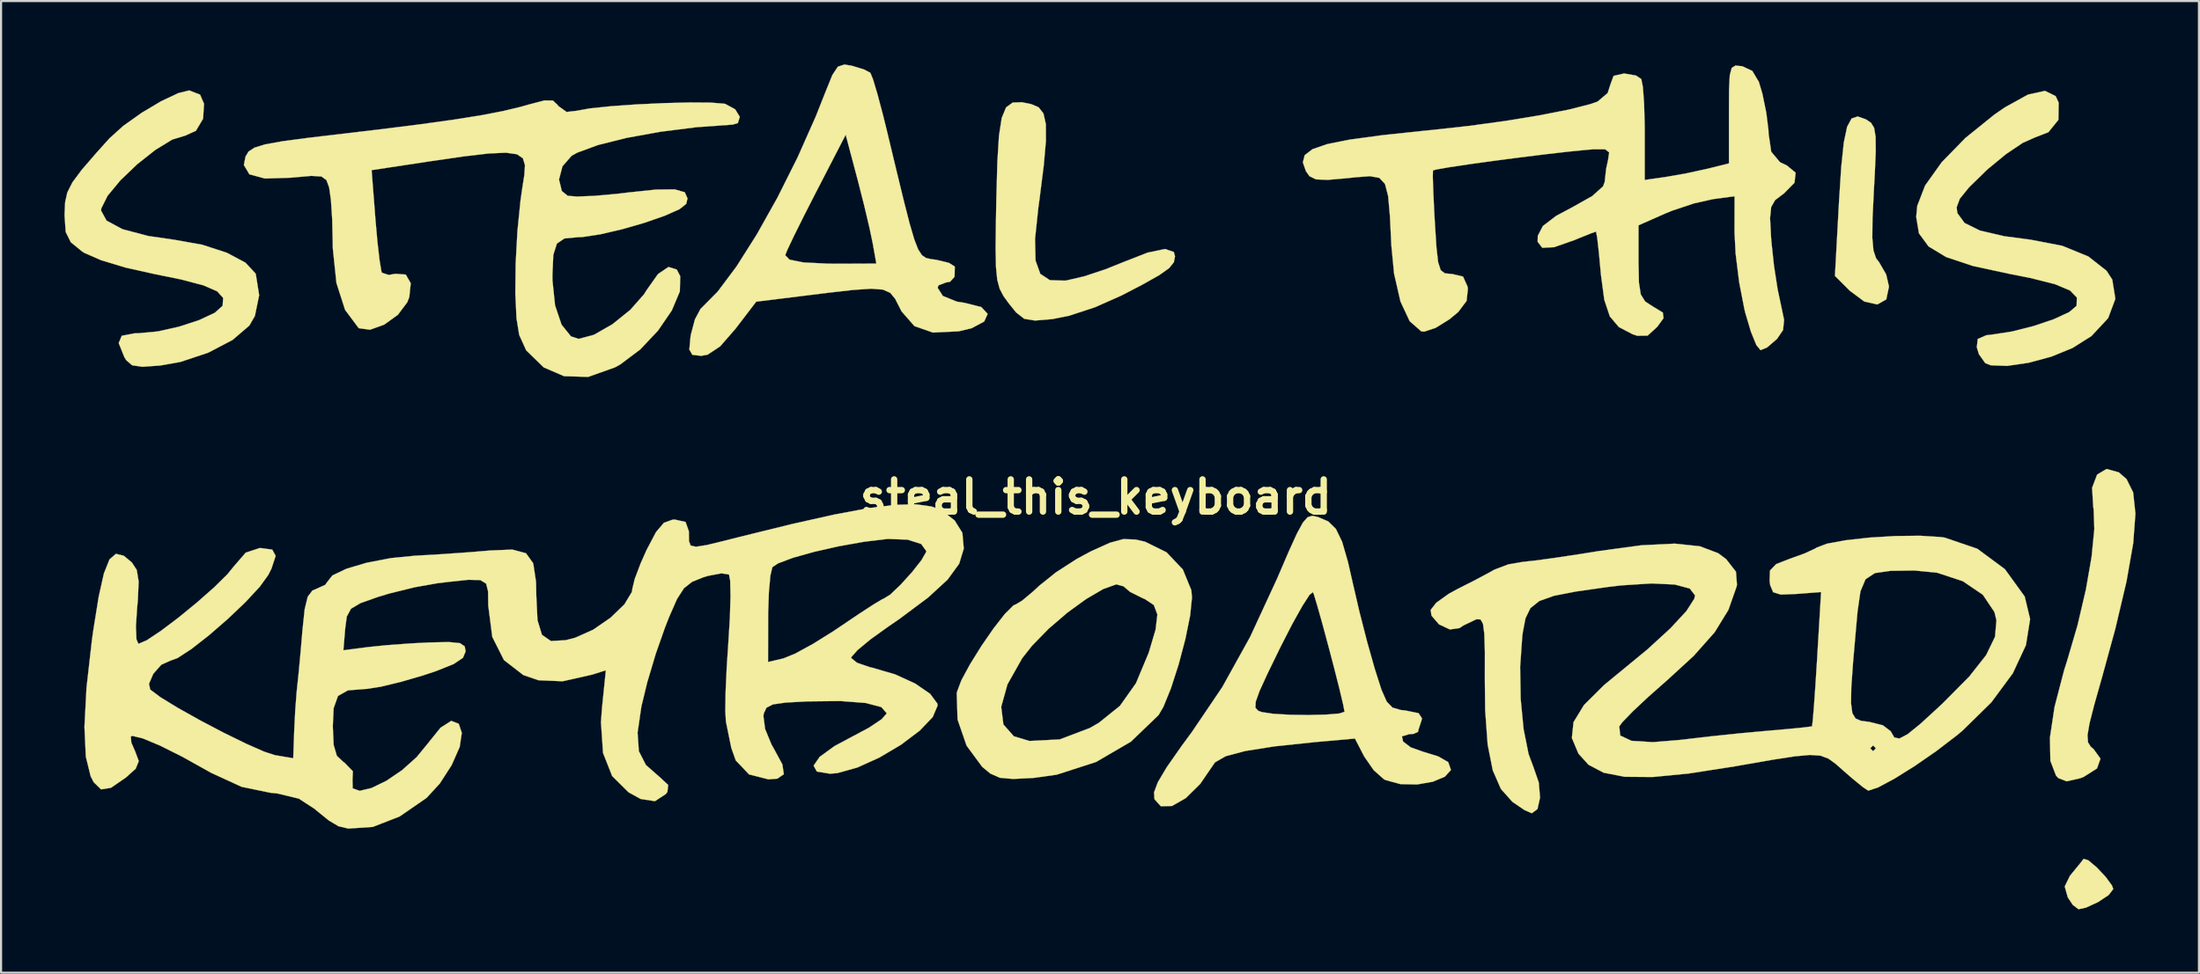
<source format=kicad_pcb>
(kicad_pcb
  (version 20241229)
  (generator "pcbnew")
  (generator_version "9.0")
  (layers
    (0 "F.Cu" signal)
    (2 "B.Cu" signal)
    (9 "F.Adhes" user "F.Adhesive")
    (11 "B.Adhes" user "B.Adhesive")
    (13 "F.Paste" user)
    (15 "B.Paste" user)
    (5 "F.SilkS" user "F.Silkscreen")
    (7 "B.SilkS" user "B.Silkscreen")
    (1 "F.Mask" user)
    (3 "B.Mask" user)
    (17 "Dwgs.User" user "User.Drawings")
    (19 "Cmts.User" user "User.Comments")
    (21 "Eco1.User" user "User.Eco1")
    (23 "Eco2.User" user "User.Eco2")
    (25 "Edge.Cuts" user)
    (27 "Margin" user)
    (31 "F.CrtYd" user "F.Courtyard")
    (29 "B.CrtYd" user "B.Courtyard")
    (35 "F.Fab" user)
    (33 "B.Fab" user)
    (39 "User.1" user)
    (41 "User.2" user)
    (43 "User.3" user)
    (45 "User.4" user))
  (footprint "steal_this_keyboard"
    (layer "F.Cu")
    (at 48.787 20.482)
    (property "Reference" "steal_this_keyboard" (at 0 0 0) (layer "F.SilkS") (effects (font (size 1.524 1.524) (thickness 0.3))))
    (attr through_hole)
    (fp_poly (pts (xy 46.937 17.196) (xy 47.333 17.528) (xy 47.758 17.977) (xy 48.062 18.391) (xy 48.124 18.562) (xy 47.907 18.845) (xy 47.402 19.18) (xy 46.827 19.444) (xy 46.478 19.518) (xy 46.208 19.31) (xy 45.975 18.961) (xy 45.828 18.442) (xy 46.073 17.937) (xy 46.164 17.825) (xy 46.541 17.366) (xy 46.721 17.133) (xy 46.937 17.196)) (stroke (width 0.01) (type solid)) (fill yes) (layer "F.SilkS"))
    (fp_poly (pts (xy 36.419 -17.883) (xy 36.429 -17.878) (xy 36.664 -17.72) (xy 36.811 -17.481) (xy 36.882 -17.061) (xy 36.889 -16.359) (xy 36.842 -15.274) (xy 36.802 -14.56) (xy 36.736 -13.201) (xy 36.726 -12.272) (xy 36.78 -11.674) (xy 36.904 -11.304) (xy 37.047 -11.118) (xy 37.382 -10.539) (xy 37.515 -9.963) (xy 37.387 -9.356) (xy 36.963 -9.117) (xy 36.347 -9.256) (xy 35.666 -9.762) (xy 34.959 -10.469) (xy 35.152 -13.991) (xy 35.257 -15.625) (xy 35.378 -16.784) (xy 35.535 -17.529) (xy 35.747 -17.921) (xy 36.036 -18.018) (xy 36.419 -17.883)) (stroke (width 0.01) (type solid)) (fill yes) (layer "F.SilkS"))
    (fp_poly (pts (xy 48.386 -1.168) (xy 48.753 -0.848) (xy 49.066 -0.214) (xy 49.172 0.788) (xy 49.068 2.183) (xy 48.751 3.994) (xy 48.219 6.247) (xy 47.593 8.533) (xy 47.226 9.832) (xy 47 10.715) (xy 46.905 11.278) (xy 46.929 11.615) (xy 47.06 11.824) (xy 47.188 11.929) (xy 47.52 12.388) (xy 47.354 12.852) (xy 46.718 13.255) (xy 46.56 13.315) (xy 45.922 13.462) (xy 45.528 13.31) (xy 45.418 13.193) (xy 45.15 12.494) (xy 45.129 11.388) (xy 45.347 9.937) (xy 45.799 8.204) (xy 45.942 7.752) (xy 46.436 6.067) (xy 46.829 4.386) (xy 47.1 2.828) (xy 47.229 1.515) (xy 47.195 0.567) (xy 47.178 0.479) (xy 47.123 -0.437) (xy 47.36 -1.062) (xy 47.808 -1.328) (xy 48.386 -1.168)) (stroke (width 0.01) (type solid)) (fill yes) (layer "F.SilkS"))
    (fp_poly (pts (xy -3.055 -18.601) (xy -2.708 -18.452) (xy -2.48 -18.161) (xy -2.367 -17.654) (xy -2.364 -16.858) (xy -2.466 -15.698) (xy -2.667 -14.101) (xy -2.722 -13.703) (xy -2.878 -12.224) (xy -2.855 -11.198) (xy -2.629 -10.566) (xy -2.177 -10.267) (xy -1.476 -10.244) (xy -1.369 -10.258) (xy -0.551 -10.449) (xy 0.479 -10.791) (xy 1.199 -11.083) (xy 2.445 -11.57) (xy 3.27 -11.743) (xy 3.686 -11.602) (xy 3.743 -11.396) (xy 3.688 -11.116) (xy 3.467 -10.839) (xy 2.999 -10.506) (xy 2.199 -10.055) (xy 1.203 -9.538) (xy -0.045 -8.984) (xy -1.274 -8.58) (xy -2.051 -8.425) (xy -2.881 -8.356) (xy -3.386 -8.436) (xy -3.773 -8.738) (xy -4.113 -9.159) (xy -4.371 -9.515) (xy -4.551 -9.86) (xy -4.666 -10.289) (xy -4.726 -10.899) (xy -4.743 -11.786) (xy -4.728 -13.047) (xy -4.707 -14.15) (xy -4.66 -15.863) (xy -4.583 -17.108) (xy -4.454 -17.948) (xy -4.247 -18.448) (xy -3.939 -18.675) (xy -3.505 -18.692) (xy -3.055 -18.601)) (stroke (width 0.01) (type solid)) (fill yes) (layer "F.SilkS"))
    (fp_poly (pts (xy 45.399 -18.981) (xy 45.541 -18.673) (xy 45.529 -17.859) (xy 45.056 -17.273) (xy 44.418 -17.025) (xy 43.843 -16.769) (xy 43.053 -16.238) (xy 42.207 -15.541) (xy 42.1 -15.442) (xy 41.306 -14.667) (xy 40.866 -14.125) (xy 40.715 -13.717) (xy 40.75 -13.442) (xy 41.09 -12.976) (xy 41.812 -12.617) (xy 42.97 -12.347) (xy 44.202 -12.185) (xy 45.714 -11.893) (xy 46.946 -11.388) (xy 47.803 -10.715) (xy 48.077 -10.295) (xy 48.223 -9.383) (xy 47.881 -8.468) (xy 47.092 -7.621) (xy 46.197 -7.056) (xy 45.194 -6.646) (xy 44.11 -6.354) (xy 43.103 -6.208) (xy 42.335 -6.236) (xy 42.07 -6.337) (xy 41.77 -6.761) (xy 41.669 -7.085) (xy 41.713 -7.481) (xy 42.116 -7.658) (xy 42.378 -7.689) (xy 43.336 -7.837) (xy 44.365 -8.097) (xy 45.315 -8.42) (xy 46.038 -8.754) (xy 46.386 -9.048) (xy 46.389 -9.055) (xy 46.403 -9.444) (xy 46.082 -9.776) (xy 45.371 -10.075) (xy 44.214 -10.368) (xy 43.235 -10.561) (xy 41.488 -10.938) (xy 40.224 -11.359) (xy 39.39 -11.861) (xy 38.933 -12.483) (xy 38.803 -13.263) (xy 38.853 -13.786) (xy 39.225 -14.75) (xy 40.008 -15.849) (xy 41.125 -16.996) (xy 42.5 -18.106) (xy 43 -18.451) (xy 44.091 -19.053) (xy 44.895 -19.23) (xy 45.399 -18.981)) (stroke (width 0.01) (type solid)) (fill yes) (layer "F.SilkS"))
    (fp_poly (pts (xy -42.373 -19.051) (xy -42.186 -18.618) (xy -42.232 -17.908) (xy -42.57 -17.34) (xy -43.076 -17.111) (xy -43.692 -16.923) (xy -44.49 -16.434) (xy -45.348 -15.755) (xy -46.141 -14.995) (xy -46.748 -14.263) (xy -47.045 -13.668) (xy -47.057 -13.563) (xy -46.797 -13.086) (xy -46.043 -12.68) (xy -44.833 -12.36) (xy -43.601 -12.181) (xy -42.271 -11.944) (xy -41.106 -11.565) (xy -40.226 -11.095) (xy -39.751 -10.584) (xy -39.737 -10.551) (xy -39.579 -9.555) (xy -39.781 -8.57) (xy -40.044 -8.116) (xy -40.837 -7.437) (xy -41.981 -6.837) (xy -43.294 -6.398) (xy -44.256 -6.226) (xy -45.104 -6.166) (xy -45.588 -6.237) (xy -45.867 -6.478) (xy -45.959 -6.632) (xy -46.222 -7.289) (xy -46.078 -7.634) (xy -45.475 -7.75) (xy -45.276 -7.754) (xy -44.372 -7.84) (xy -43.367 -8.065) (xy -42.417 -8.376) (xy -41.679 -8.722) (xy -41.309 -9.052) (xy -41.305 -9.062) (xy -41.282 -9.427) (xy -41.563 -9.737) (xy -42.207 -10.019) (xy -43.274 -10.301) (xy -44.526 -10.556) (xy -45.898 -10.862) (xy -47.055 -11.212) (xy -47.851 -11.56) (xy -47.943 -11.618) (xy -48.486 -12.06) (xy -48.729 -12.548) (xy -48.782 -13.315) (xy -48.782 -13.394) (xy -48.757 -13.952) (xy -48.654 -14.418) (xy -48.413 -14.896) (xy -47.971 -15.491) (xy -47.267 -16.306) (xy -46.656 -16.985) (xy -46.006 -17.572) (xy -45.141 -18.188) (xy -44.221 -18.737) (xy -43.404 -19.122) (xy -42.891 -19.251) (xy -42.373 -19.051)) (stroke (width 0.01) (type solid)) (fill yes) (layer "F.SilkS"))
    (fp_poly (pts (xy 1.88 2.014) (xy 2.325 2.117) (xy 3.342 2.618) (xy 4.113 3.431) (xy 4.515 4.411) (xy 4.545 4.759) (xy 4.459 5.611) (xy 4.233 6.723) (xy 3.915 7.926) (xy 3.552 9.054) (xy 3.191 9.939) (xy 2.964 10.326) (xy 1.659 11.582) (xy 0.007 12.546) (xy -1.852 13.147) (xy -2.941 13.3) (xy -3.919 13.349) (xy -4.544 13.293) (xy -4.993 13.094) (xy -5.378 12.775) (xy -6.116 11.773) (xy -6.543 10.536) (xy -6.561 9.933) (xy -4.478 9.933) (xy -4.375 10.77) (xy -3.879 11.33) (xy -3.141 11.551) (xy -1.709 11.477) (xy -0.282 10.935) (xy 0.138 10.692) (xy 1.137 9.89) (xy 1.896 8.817) (xy 2.5 7.372) (xy 2.825 6.279) (xy 2.909 5.563) (xy 2.742 5.115) (xy 2.311 4.829) (xy 2.211 4.789) (xy 1.622 4.496) (xy 1.306 4.228) (xy 0.966 4.135) (xy 0.348 4.357) (xy -0.455 4.826) (xy -1.347 5.474) (xy -2.233 6.235) (xy -3.018 7.039) (xy -3.486 7.634) (xy -4.183 8.871) (xy -4.478 9.933) (xy -6.561 9.933) (xy -6.581 9.299) (xy -6.567 9.221) (xy -6.362 8.677) (xy -5.948 7.911) (xy -5.41 7.047) (xy -4.834 6.213) (xy -4.303 5.534) (xy -3.903 5.135) (xy -3.78 5.08) (xy -3.494 4.91) (xy -2.977 4.478) (xy -2.666 4.19) (xy -1.889 3.567) (xy -0.888 2.922) (xy -0.228 2.568) (xy 0.667 2.165) (xy 1.302 1.992) (xy 1.88 2.014)) (stroke (width 0.01) (type solid)) (fill yes) (layer "F.SilkS"))
    (fp_poly (pts (xy -11.544 -20.419) (xy -10.959 -20.239) (xy -10.667 -20.085) (xy -10.539 -19.769) (xy -10.326 -19.053) (xy -10.063 -18.059) (xy -9.895 -17.379) (xy -9.435 -15.462) (xy -9.08 -14.001) (xy -8.806 -12.932) (xy -8.589 -12.193) (xy -8.404 -11.719) (xy -8.227 -11.449) (xy -8.035 -11.318) (xy -7.802 -11.264) (xy -7.541 -11.229) (xy -6.95 -11.086) (xy -6.676 -10.913) (xy -6.674 -10.895) (xy -6.684 -10.453) (xy -6.684 -10.427) (xy -6.901 -10.19) (xy -7.085 -10.16) (xy -7.441 -10.024) (xy -7.486 -9.908) (xy -7.239 -9.519) (xy -6.574 -9.25) (xy -6.188 -9.188) (xy -5.417 -8.991) (xy -5.12 -8.671) (xy -5.281 -8.311) (xy -5.88 -7.991) (xy -6.492 -7.845) (xy -7.709 -7.787) (xy -8.583 -8.092) (xy -9.193 -8.791) (xy -9.281 -8.964) (xy -9.495 -9.385) (xy -9.727 -9.666) (xy -10.071 -9.82) (xy -10.62 -9.863) (xy -11.468 -9.806) (xy -12.71 -9.665) (xy -13.448 -9.573) (xy -16.067 -9.249) (xy -17.046 -7.967) (xy -17.771 -7.135) (xy -18.368 -6.739) (xy -18.672 -6.684) (xy -19.087 -6.733) (xy -19.23 -6.979) (xy -19.175 -7.576) (xy -19.158 -7.686) (xy -18.965 -8.413) (xy -18.7 -8.909) (xy -18.651 -8.956) (xy -17.888 -9.726) (xy -17.002 -10.912) (xy -16.661 -11.45) (xy -14.695 -11.45) (xy -14.489 -11.238) (xy -13.823 -11.105) (xy -12.668 -11.048) (xy -12.077 -11.045) (xy -10.385 -11.052) (xy -10.555 -12.01) (xy -10.707 -12.737) (xy -10.951 -13.772) (xy -11.239 -14.908) (xy -11.279 -15.06) (xy -11.834 -17.153) (xy -13.259 -14.392) (xy -13.821 -13.289) (xy -14.281 -12.363) (xy -14.588 -11.715) (xy -14.695 -11.45) (xy -16.661 -11.45) (xy -16.044 -12.424) (xy -15.064 -14.173) (xy -14.115 -16.069) (xy -13.247 -18.023) (xy -12.788 -19.184) (xy -12.466 -19.98) (xy -12.204 -20.375) (xy -11.895 -20.477) (xy -11.544 -20.419)) (stroke (width 0.01) (type solid)) (fill yes) (layer "F.SilkS"))
    (fp_poly (pts (xy 10.491 0.944) (xy 10.507 0.949) (xy 10.992 1.156) (xy 11.354 1.512) (xy 11.647 2.118) (xy 11.924 3.076) (xy 12.149 4.065) (xy 12.462 5.417) (xy 12.833 6.866) (xy 13.184 8.109) (xy 13.198 8.155) (xy 13.507 9.121) (xy 13.757 9.688) (xy 14.032 9.971) (xy 14.42 10.084) (xy 14.66 10.112) (xy 15.266 10.236) (xy 15.426 10.482) (xy 15.395 10.601) (xy 15.258 11.019) (xy 15.24 11.118) (xy 15.02 11.216) (xy 14.817 11.229) (xy 14.477 11.334) (xy 14.53 11.576) (xy 14.893 11.854) (xy 15.482 12.062) (xy 15.485 12.063) (xy 16.185 12.278) (xy 16.662 12.549) (xy 16.668 12.556) (xy 16.795 12.922) (xy 16.509 13.241) (xy 15.935 13.481) (xy 15.194 13.61) (xy 14.409 13.594) (xy 13.703 13.402) (xy 13.621 13.36) (xy 13.143 12.936) (xy 12.694 12.288) (xy 12.68 12.261) (xy 12.254 11.436) (xy 10.338 11.607) (xy 8.451 11.806) (xy 7.063 12.026) (xy 6.139 12.273) (xy 5.644 12.557) (xy 5.574 12.649) (xy 4.937 13.581) (xy 4.251 14.258) (xy 3.601 14.629) (xy 3.072 14.642) (xy 2.772 14.308) (xy 2.752 13.981) (xy 2.931 13.503) (xy 3.349 12.799) (xy 4.048 11.798) (xy 4.545 11.121) (xy 5.318 9.979) (xy 7.546 9.979) (xy 7.679 10.121) (xy 7.858 10.185) (xy 8.384 10.264) (xy 9.171 10.31) (xy 10.06 10.322) (xy 10.894 10.302) (xy 11.514 10.251) (xy 11.762 10.169) (xy 11.762 10.167) (xy 11.694 9.811) (xy 11.521 9.083) (xy 11.277 8.118) (xy 10.998 7.054) (xy 10.721 6.025) (xy 10.481 5.169) (xy 10.315 4.622) (xy 10.268 4.503) (xy 10.103 4.636) (xy 9.76 5.169) (xy 9.287 6.017) (xy 8.735 7.096) (xy 8.709 7.148) (xy 8.118 8.363) (xy 7.742 9.184) (xy 7.56 9.694) (xy 7.546 9.979) (xy 5.318 9.979) (xy 5.978 9.001) (xy 7.296 6.625) (xy 8.566 3.877) (xy 9.117 2.595) (xy 9.509 1.731) (xy 9.793 1.209) (xy 10.018 0.954) (xy 10.234 0.891) (xy 10.491 0.944)) (stroke (width 0.01) (type solid)) (fill yes) (layer "F.SilkS"))
    (fp_poly (pts (xy -25.684 -18.772) (xy -25.459 -18.561) (xy -25.433 -18.516) (xy -25.035 -18.231) (xy -24.565 -18.286) (xy -23.932 -18.4) (xy -22.933 -18.503) (xy -21.715 -18.589) (xy -20.424 -18.65) (xy -19.206 -18.68) (xy -18.208 -18.673) (xy -17.578 -18.621) (xy -17.531 -18.611) (xy -17.063 -18.358) (xy -16.843 -18) (xy -16.934 -17.707) (xy -17.178 -17.633) (xy -18.893 -17.51) (xy -20.606 -17.293) (xy -22.198 -17.004) (xy -23.546 -16.667) (xy -24.529 -16.306) (xy -24.795 -16.159) (xy -25.232 -15.658) (xy -25.395 -15.033) (xy -25.262 -14.488) (xy -24.986 -14.262) (xy -24.549 -14.225) (xy -23.727 -14.258) (xy -22.665 -14.353) (xy -22.137 -14.416) (xy -20.799 -14.557) (xy -19.922 -14.566) (xy -19.447 -14.43) (xy -19.316 -14.138) (xy -19.38 -13.877) (xy -19.698 -13.626) (xy -20.402 -13.314) (xy -21.351 -12.984) (xy -22.407 -12.679) (xy -23.431 -12.44) (xy -24.283 -12.31) (xy -24.531 -12.299) (xy -25.138 -12.242) (xy -25.496 -11.998) (xy -25.665 -11.462) (xy -25.707 -10.525) (xy -25.704 -10.243) (xy -25.582 -9.072) (xy -25.274 -8.159) (xy -24.828 -7.605) (xy -24.465 -7.486) (xy -23.742 -7.68) (xy -22.871 -8.179) (xy -22.024 -8.86) (xy -21.373 -9.6) (xy -21.257 -9.786) (xy -20.714 -10.556) (xy -20.217 -10.892) (xy -19.825 -10.77) (xy -19.661 -10.456) (xy -19.68 -9.733) (xy -20.059 -8.833) (xy -20.712 -7.878) (xy -21.554 -6.986) (xy -22.497 -6.277) (xy -22.749 -6.138) (xy -24.014 -5.687) (xy -25.157 -5.721) (xy -26.121 -6.138) (xy -26.947 -6.944) (xy -27.278 -7.674) (xy -27.406 -8.467) (xy -27.461 -9.645) (xy -27.445 -11.061) (xy -27.363 -12.571) (xy -27.217 -14.029) (xy -27.13 -14.64) (xy -27.034 -15.249) (xy -27.005 -15.71) (xy -27.101 -16.034) (xy -27.381 -16.228) (xy -27.903 -16.302) (xy -28.726 -16.265) (xy -29.908 -16.126) (xy -31.507 -15.894) (xy -33.372 -15.611) (xy -34.26 -15.476) (xy -34.079 -13.152) (xy -33.984 -12.081) (xy -33.885 -11.218) (xy -33.798 -10.698) (xy -33.771 -10.617) (xy -33.448 -10.514) (xy -33.13 -10.569) (xy -32.642 -10.531) (xy -32.408 -10.122) (xy -32.478 -9.462) (xy -32.572 -9.22) (xy -33.017 -8.627) (xy -33.661 -8.163) (xy -34.331 -7.921) (xy -34.851 -7.99) (xy -34.886 -8.017) (xy -35.514 -8.86) (xy -35.923 -10.135) (xy -36.094 -11.776) (xy -36.098 -12.072) (xy -36.123 -13.136) (xy -36.183 -14.061) (xy -36.267 -14.653) (xy -36.27 -14.665) (xy -36.396 -15.006) (xy -36.631 -15.175) (xy -37.109 -15.205) (xy -37.967 -15.13) (xy -38.092 -15.117) (xy -39.305 -15.08) (xy -40.041 -15.28) (xy -40.302 -15.72) (xy -40.224 -16.118) (xy -40.081 -16.356) (xy -39.8 -16.541) (xy -39.297 -16.696) (xy -38.485 -16.843) (xy -37.277 -17.003) (xy -36.362 -17.112) (xy -33.914 -17.401) (xy -31.928 -17.651) (xy -30.335 -17.873) (xy -29.066 -18.076) (xy -28.05 -18.272) (xy -27.218 -18.471) (xy -26.815 -18.585) (xy -26.081 -18.777) (xy -25.684 -18.772)) (stroke (width 0.01) (type solid)) (fill yes) (layer "F.SilkS"))
    (fp_poly (pts (xy 30.544 -20.399) (xy 30.589 -20.39) (xy 31.05 -20.175) (xy 31.36 -19.654) (xy 31.524 -19.106) (xy 31.711 -18.197) (xy 31.814 -17.369) (xy 31.821 -17.194) (xy 31.945 -16.348) (xy 32.36 -15.852) (xy 32.686 -15.697) (xy 33.099 -15.356) (xy 33.046 -14.88) (xy 32.538 -14.364) (xy 32.484 -14.328) (xy 32.129 -14.056) (xy 31.943 -13.733) (xy 31.89 -13.208) (xy 31.935 -12.332) (xy 31.953 -12.091) (xy 32.075 -10.948) (xy 32.248 -9.832) (xy 32.392 -9.152) (xy 32.553 -8.385) (xy 32.504 -7.904) (xy 32.222 -7.491) (xy 32.213 -7.481) (xy 31.753 -7.083) (xy 31.441 -6.952) (xy 31.242 -7.192) (xy 30.984 -7.827) (xy 30.717 -8.728) (xy 30.677 -8.89) (xy 30.43 -10.161) (xy 30.261 -11.525) (xy 30.209 -12.535) (xy 30.213 -14.241) (xy 29.185 -14.103) (xy 28.299 -13.904) (xy 27.28 -13.566) (xy 26.912 -13.415) (xy 25.667 -12.864) (xy 25.667 -11.119) (xy 25.686 -10.162) (xy 25.774 -9.592) (xy 25.98 -9.259) (xy 26.351 -9.017) (xy 26.353 -9.016) (xy 26.818 -8.734) (xy 26.851 -8.467) (xy 26.55 -8.054) (xy 26.098 -7.641) (xy 25.605 -7.634) (xy 25.386 -7.708) (xy 24.736 -8.048) (xy 24.311 -8.551) (xy 24.049 -9.337) (xy 23.89 -10.526) (xy 23.877 -10.672) (xy 23.791 -11.599) (xy 23.714 -12.275) (xy 23.659 -12.564) (xy 23.656 -12.566) (xy 23.395 -12.474) (xy 22.823 -12.244) (xy 22.634 -12.165) (xy 21.678 -11.829) (xy 21.115 -11.8) (xy 20.896 -12.084) (xy 20.903 -12.366) (xy 21.141 -12.829) (xy 21.77 -13.31) (xy 22.526 -13.713) (xy 23.476 -14.248) (xy 23.99 -14.709) (xy 24.067 -14.916) (xy 24.139 -15.554) (xy 24.227 -15.956) (xy 24.279 -16.313) (xy 24.095 -16.462) (xy 23.552 -16.465) (xy 23.22 -16.439) (xy 22.354 -16.353) (xy 21.248 -16.226) (xy 20.016 -16.073) (xy 18.772 -15.91) (xy 17.629 -15.751) (xy 16.703 -15.612) (xy 16.107 -15.508) (xy 15.945 -15.462) (xy 15.937 -15.174) (xy 15.959 -14.477) (xy 16.005 -13.497) (xy 16.035 -12.967) (xy 16.108 -11.829) (xy 16.188 -11.121) (xy 16.31 -10.742) (xy 16.507 -10.59) (xy 16.814 -10.561) (xy 16.844 -10.561) (xy 17.366 -10.438) (xy 17.579 -9.968) (xy 17.595 -9.851) (xy 17.535 -9.284) (xy 17.14 -8.76) (xy 16.729 -8.418) (xy 16.07 -8.008) (xy 15.53 -7.83) (xy 15.39 -7.844) (xy 14.843 -8.324) (xy 14.407 -9.258) (xy 14.106 -10.573) (xy 13.978 -11.898) (xy 13.909 -13.299) (xy 13.825 -14.247) (xy 13.675 -14.824) (xy 13.405 -15.111) (xy 12.963 -15.19) (xy 12.297 -15.14) (xy 11.912 -15.098) (xy 10.968 -15.016) (xy 10.411 -15.039) (xy 10.103 -15.19) (xy 9.936 -15.426) (xy 9.79 -15.842) (xy 9.877 -16.184) (xy 10.245 -16.468) (xy 10.942 -16.709) (xy 12.019 -16.924) (xy 13.523 -17.128) (xy 15.503 -17.338) (xy 15.908 -17.378) (xy 17.654 -17.571) (xy 19.389 -17.809) (xy 20.999 -18.073) (xy 22.368 -18.343) (xy 23.381 -18.6) (xy 23.729 -18.721) (xy 24.209 -19.128) (xy 24.331 -19.512) (xy 24.488 -19.939) (xy 24.983 -20.053) (xy 25.548 -19.956) (xy 25.799 -19.789) (xy 25.873 -19.415) (xy 25.93 -18.65) (xy 25.959 -17.636) (xy 25.961 -17.268) (xy 25.961 -15.011) (xy 26.951 -15.152) (xy 27.93 -15.324) (xy 28.921 -15.54) (xy 28.943 -15.545) (xy 29.945 -15.795) (xy 29.945 -18.154) (xy 29.95 -19.279) (xy 29.984 -19.967) (xy 30.076 -20.317) (xy 30.253 -20.428) (xy 30.544 -20.399)) (stroke (width 0.01) (type solid)) (fill yes) (layer "F.SilkS"))
    (fp_poly (pts (xy 39.946 1.894) (xy 40.15 1.923) (xy 41.694 2.45) (xy 42.997 3.415) (xy 43.934 4.71) (xy 44.191 5.779) (xy 43.993 7.013) (xy 43.372 8.347) (xy 42.357 9.722) (xy 40.98 11.073) (xy 40.719 11.29) (xy 39.749 12.033) (xy 38.728 12.739) (xy 37.775 13.335) (xy 37.006 13.747) (xy 36.538 13.903) (xy 36.536 13.903) (xy 36.288 13.741) (xy 35.78 13.325) (xy 35.399 12.993) (xy 34.991 12.632) (xy 34.648 12.385) (xy 34.273 12.246) (xy 33.771 12.212) (xy 33.047 12.279) (xy 32.004 12.441) (xy 30.548 12.695) (xy 30.213 12.754) (xy 28.05 13.091) (xy 26.337 13.257) (xy 25.014 13.247) (xy 24.022 13.055) (xy 23.304 12.678) (xy 22.827 12.152) (xy 22.72 11.898) (xy 36.629 11.898) (xy 36.763 12.032) (xy 36.897 11.898) (xy 36.763 11.764) (xy 36.629 11.898) (xy 22.72 11.898) (xy 22.515 11.41) (xy 22.593 10.661) (xy 23.09 9.846) (xy 24.034 8.907) (xy 24.687 8.369) (xy 26.076 7.226) (xy 27.172 6.222) (xy 27.931 5.403) (xy 28.308 4.814) (xy 28.341 4.657) (xy 28.092 4.334) (xy 27.384 4.144) (xy 26.28 4.092) (xy 24.841 4.185) (xy 24.23 4.258) (xy 22.728 4.471) (xy 21.672 4.676) (xy 20.977 4.923) (xy 20.555 5.26) (xy 20.323 5.736) (xy 20.194 6.403) (xy 20.169 6.594) (xy 20.068 8.039) (xy 20.093 9.558) (xy 20.231 10.99) (xy 20.468 12.173) (xy 20.7 12.796) (xy 20.949 13.516) (xy 21.009 14.234) (xy 20.888 14.776) (xy 20.618 14.973) (xy 20.271 14.821) (xy 19.733 14.454) (xy 19.694 14.424) (xy 19.157 13.821) (xy 18.774 12.943) (xy 18.532 11.722) (xy 18.414 10.091) (xy 18.398 8.637) (xy 18.4 7.337) (xy 18.375 6.486) (xy 18.311 6.001) (xy 18.195 5.797) (xy 18.014 5.788) (xy 17.965 5.804) (xy 17.389 6.08) (xy 17.199 6.206) (xy 16.746 6.272) (xy 16.229 6.029) (xy 15.876 5.618) (xy 15.835 5.347) (xy 16.102 5.004) (xy 16.699 4.578) (xy 17.112 4.353) (xy 17.934 3.936) (xy 18.631 3.564) (xy 18.845 3.442) (xy 19.51 3.189) (xy 20.182 3.073) (xy 20.783 3.008) (xy 21.756 2.875) (xy 22.95 2.694) (xy 23.796 2.558) (xy 25.806 2.285) (xy 27.377 2.208) (xy 28.567 2.332) (xy 29.437 2.661) (xy 29.815 2.944) (xy 30.277 3.538) (xy 30.324 4.157) (xy 30.303 4.253) (xy 29.919 5.347) (xy 29.27 6.403) (xy 28.282 7.518) (xy 27.037 8.66) (xy 26.137 9.456) (xy 25.394 10.153) (xy 24.903 10.661) (xy 24.756 10.862) (xy 24.804 11.295) (xy 25.339 11.545) (xy 26.346 11.607) (xy 27.675 11.497) (xy 29.063 11.334) (xy 30.608 11.174) (xy 31.776 11.068) (xy 32.753 10.983) (xy 33.491 10.91) (xy 33.857 10.862) (xy 33.875 10.857) (xy 33.91 10.589) (xy 33.967 9.894) (xy 33.977 9.761) (xy 35.719 9.761) (xy 35.782 10.234) (xy 35.935 10.487) (xy 36.189 10.597) (xy 36.554 10.644) (xy 36.578 10.646) (xy 37.226 10.809) (xy 37.599 11.091) (xy 37.609 11.114) (xy 37.766 11.383) (xy 38.004 11.436) (xy 38.395 11.232) (xy 39.01 10.732) (xy 39.92 9.897) (xy 40.073 9.752) (xy 41.303 8.511) (xy 42.111 7.486) (xy 42.531 6.617) (xy 42.599 5.84) (xy 42.504 5.446) (xy 41.953 4.627) (xy 41.005 3.984) (xy 39.786 3.583) (xy 38.715 3.479) (xy 37.586 3.496) (xy 36.848 3.602) (xy 36.406 3.893) (xy 36.165 4.466) (xy 36.028 5.415) (xy 35.954 6.238) (xy 35.815 7.841) (xy 35.733 8.989) (xy 35.719 9.761) (xy 33.977 9.761) (xy 34.039 8.876) (xy 34.116 7.656) (xy 34.304 4.5) (xy 33.127 4.59) (xy 32.394 4.619) (xy 32.036 4.507) (xy 31.897 4.177) (xy 31.868 3.969) (xy 31.887 3.482) (xy 32.176 3.178) (xy 32.804 2.932) (xy 33.523 2.672) (xy 34.026 2.439) (xy 34.089 2.397) (xy 34.589 2.208) (xy 35.475 2.046) (xy 36.602 1.921) (xy 37.821 1.847) (xy 38.985 1.834) (xy 39.946 1.894)) (stroke (width 0.01) (type solid)) (fill yes) (layer "F.SilkS"))
    (fp_poly (pts (xy -7.775 0.449) (xy -7.297 0.628) (xy -6.683 1.107) (xy -6.321 1.686) (xy -6.314 1.71) (xy -6.249 2.444) (xy -6.466 3.158) (xy -7.013 3.91) (xy -7.934 4.758) (xy -9.275 5.76) (xy -9.843 6.151) (xy -10.667 6.744) (xy -11.274 7.248) (xy -11.563 7.576) (xy -11.573 7.625) (xy -11.299 7.847) (xy -10.698 8.055) (xy -10.566 8.085) (xy -9.5 8.396) (xy -8.549 8.831) (xy -7.84 9.317) (xy -7.499 9.78) (xy -7.486 9.874) (xy -7.719 10.421) (xy -8.336 11.065) (xy -9.217 11.729) (xy -10.24 12.336) (xy -11.285 12.809) (xy -12.229 13.072) (xy -12.577 13.101) (xy -13.197 12.999) (xy -13.352 12.72) (xy -13.066 12.304) (xy -12.364 11.793) (xy -11.561 11.363) (xy -10.729 10.92) (xy -10.131 10.519) (xy -9.893 10.245) (xy -9.893 10.239) (xy -10.149 9.946) (xy -10.893 9.751) (xy -12.083 9.66) (xy -13.636 9.677) (xy -14.663 9.732) (xy -15.272 9.818) (xy -15.581 9.974) (xy -15.705 10.238) (xy -15.727 10.365) (xy -15.647 10.984) (xy -15.338 11.732) (xy -15.259 11.867) (xy -14.829 12.661) (xy -14.761 13.126) (xy -15.067 13.335) (xy -15.488 13.368) (xy -16.405 13.134) (xy -17.034 12.473) (xy -17.245 11.879) (xy -17.406 11.091) (xy -17.5 10.628) (xy -17.528 10.127) (xy -17.514 9.227) (xy -17.461 8.063) (xy -17.445 7.812) (xy -15.507 7.812) (xy -14.772 7.64) (xy -14.217 7.411) (xy -13.381 6.954) (xy -12.418 6.353) (xy -12.102 6.14) (xy -11.222 5.546) (xy -10.52 5.089) (xy -10.103 4.839) (xy -10.039 4.813) (xy -9.73 4.623) (xy -9.238 4.155) (xy -8.7 3.561) (xy -8.251 2.992) (xy -8.027 2.6) (xy -8.021 2.56) (xy -8.263 2.224) (xy -8.904 2.019) (xy -9.817 1.985) (xy -9.893 1.99) (xy -10.974 2.12) (xy -12.161 2.332) (xy -13.321 2.595) (xy -14.322 2.875) (xy -15.032 3.141) (xy -15.303 3.322) (xy -15.396 3.712) (xy -15.467 4.484) (xy -15.502 5.487) (xy -15.503 5.711) (xy -15.507 7.812) (xy -17.445 7.812) (xy -17.388 6.952) (xy -17.312 5.718) (xy -17.282 4.682) (xy -17.298 3.959) (xy -17.355 3.668) (xy -17.712 3.614) (xy -18.355 3.735) (xy -18.573 3.802) (xy -19.102 4.017) (xy -19.484 4.319) (xy -19.813 4.83) (xy -20.183 5.672) (xy -20.371 6.149) (xy -20.815 7.411) (xy -21.222 8.775) (xy -21.5 9.923) (xy -21.679 11.157) (xy -21.619 12.033) (xy -21.285 12.687) (xy -20.64 13.255) (xy -20.631 13.261) (xy -20.231 13.634) (xy -20.269 13.965) (xy -20.34 14.061) (xy -20.857 14.401) (xy -21.531 14.298) (xy -22.104 13.982) (xy -22.881 13.211) (xy -23.312 12.12) (xy -23.41 10.661) (xy -23.36 9.977) (xy -23.179 8.204) (xy -23.821 8.408) (xy -25.222 8.724) (xy -26.368 8.676) (xy -27.085 8.429) (xy -28 7.719) (xy -28.551 6.623) (xy -28.742 5.137) (xy -28.742 5.08) (xy -28.75 4.471) (xy -28.84 4.103) (xy -29.116 3.933) (xy -29.679 3.919) (xy -30.631 4.02) (xy -31.148 4.083) (xy -32.213 4.271) (xy -33.407 4.565) (xy -33.956 4.73) (xy -34.787 5.025) (xy -35.236 5.292) (xy -35.434 5.66) (xy -35.51 6.235) (xy -35.595 7.257) (xy -34.441 7.107) (xy -33.527 7.014) (xy -32.376 6.93) (xy -31.549 6.888) (xy -30.608 6.867) (xy -30.082 6.919) (xy -29.856 7.072) (xy -29.812 7.311) (xy -29.939 7.614) (xy -30.378 7.909) (xy -31.213 8.243) (xy -31.817 8.444) (xy -32.876 8.753) (xy -33.824 8.982) (xy -34.478 9.085) (xy -34.536 9.087) (xy -35.377 9.154) (xy -35.849 9.419) (xy -36.055 9.999) (xy -36.095 10.848) (xy -36.055 11.738) (xy -35.904 12.253) (xy -35.592 12.548) (xy -35.547 12.573) (xy -35.146 12.985) (xy -35.164 13.385) (xy -35.154 13.795) (xy -34.822 13.912) (xy -34.261 13.778) (xy -33.563 13.438) (xy -32.821 12.935) (xy -32.127 12.314) (xy -31.627 11.703) (xy -31.001 10.925) (xy -30.492 10.598) (xy -30.137 10.737) (xy -29.993 11.167) (xy -30.093 11.834) (xy -30.473 12.695) (xy -31.033 13.564) (xy -31.659 14.246) (xy -32.933 15.125) (xy -34.203 15.62) (xy -35.364 15.698) (xy -35.827 15.587) (xy -36.287 15.313) (xy -36.875 14.837) (xy -36.942 14.776) (xy -37.698 14.282) (xy -38.717 14.036) (xy -39.042 14.004) (xy -40.407 13.722) (xy -41.865 13.052) (xy -42.034 12.955) (xy -43.221 12.293) (xy -44.267 11.77) (xy -45.079 11.43) (xy -45.566 11.312) (xy -45.649 11.337) (xy -45.625 11.628) (xy -45.438 12.059) (xy -45.273 12.505) (xy -45.418 12.864) (xy -45.884 13.283) (xy -46.588 13.768) (xy -47.056 13.843) (xy -47.404 13.505) (xy -47.549 13.222) (xy -47.777 12.293) (xy -47.842 10.886) (xy -47.745 9.031) (xy -47.487 6.76) (xy -47.427 6.332) (xy -47.171 4.732) (xy -46.923 3.621) (xy -46.659 2.956) (xy -46.354 2.69) (xy -45.981 2.781) (xy -45.6 3.099) (xy -45.368 3.455) (xy -45.279 3.999) (xy -45.317 4.878) (xy -45.351 5.238) (xy -45.408 6.122) (xy -45.383 6.738) (xy -45.289 6.952) (xy -44.896 6.783) (xy -44.228 6.339) (xy -43.399 5.713) (xy -42.522 4.995) (xy -41.711 4.28) (xy -41.08 3.658) (xy -40.778 3.286) (xy -40.214 2.635) (xy -39.557 2.418) (xy -39.504 2.417) (xy -38.959 2.49) (xy -38.798 2.787) (xy -38.997 3.392) (xy -39.147 3.69) (xy -39.552 4.251) (xy -40.227 4.978) (xy -41.061 5.773) (xy -41.948 6.543) (xy -42.778 7.193) (xy -43.442 7.626) (xy -43.791 7.754) (xy -44.208 7.942) (xy -44.587 8.372) (xy -44.79 8.844) (xy -44.731 9.117) (xy -44.246 9.481) (xy -43.414 9.99) (xy -42.371 10.574) (xy -41.253 11.162) (xy -40.196 11.68) (xy -39.336 12.059) (xy -38.835 12.222) (xy -37.966 12.369) (xy -37.92 11.064) (xy -37.871 10.094) (xy -37.803 9.207) (xy -37.776 8.957) (xy -37.704 8.271) (xy -37.613 7.281) (xy -37.531 6.319) (xy -37.425 5.311) (xy -37.281 4.721) (xy -37.061 4.43) (xy -36.873 4.349) (xy -36.453 4.158) (xy -36.362 4.029) (xy -36.115 3.715) (xy -35.452 3.398) (xy -34.49 3.112) (xy -33.348 2.893) (xy -32.225 2.781) (xy -30.964 2.708) (xy -29.691 2.619) (xy -28.674 2.535) (xy -28.643 2.532) (xy -27.604 2.489) (xy -26.957 2.662) (xy -26.614 3.14) (xy -26.483 4.011) (xy -26.469 4.679) (xy -26.413 5.833) (xy -26.202 6.525) (xy -25.778 6.819) (xy -25.08 6.78) (xy -24.628 6.662) (xy -23.78 6.283) (xy -22.958 5.716) (xy -22.301 5.081) (xy -21.949 4.497) (xy -21.924 4.339) (xy -21.815 3.885) (xy -21.533 3.139) (xy -21.248 2.499) (xy -20.808 1.662) (xy -20.435 1.223) (xy -20.027 1.074) (xy -19.911 1.069) (xy -19.408 1.182) (xy -19.253 1.621) (xy -19.251 1.738) (xy -19.246 2.095) (xy -19.168 2.298) (xy -18.916 2.355) (xy -18.393 2.272) (xy -17.499 2.054) (xy -16.862 1.892) (xy -14.394 1.284) (xy -12.379 0.832) (xy -10.765 0.53) (xy -9.496 0.37) (xy -8.517 0.345) (xy -7.775 0.449)) (stroke (width 0.01) (type solid)) (fill yes) (layer "F.SilkS")))
  (gr_rect
    (start -3 -3)
    (end 100.964 43.005)
    (stroke (width 0.1) (type default))
    (fill no)
    (layer "Edge.Cuts")))
</source>
